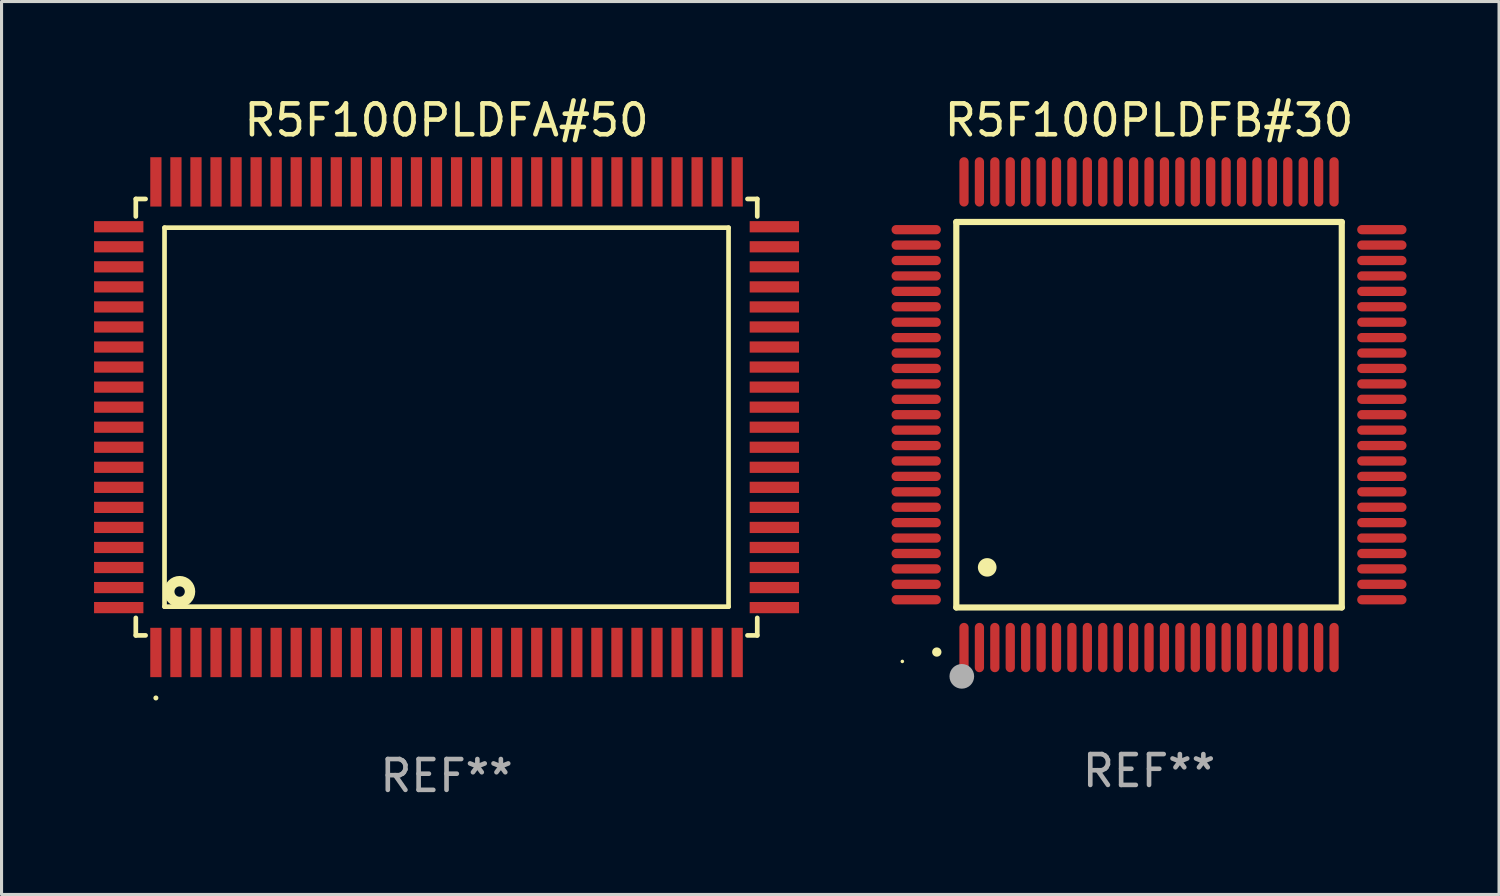
<source format=kicad_pcb>
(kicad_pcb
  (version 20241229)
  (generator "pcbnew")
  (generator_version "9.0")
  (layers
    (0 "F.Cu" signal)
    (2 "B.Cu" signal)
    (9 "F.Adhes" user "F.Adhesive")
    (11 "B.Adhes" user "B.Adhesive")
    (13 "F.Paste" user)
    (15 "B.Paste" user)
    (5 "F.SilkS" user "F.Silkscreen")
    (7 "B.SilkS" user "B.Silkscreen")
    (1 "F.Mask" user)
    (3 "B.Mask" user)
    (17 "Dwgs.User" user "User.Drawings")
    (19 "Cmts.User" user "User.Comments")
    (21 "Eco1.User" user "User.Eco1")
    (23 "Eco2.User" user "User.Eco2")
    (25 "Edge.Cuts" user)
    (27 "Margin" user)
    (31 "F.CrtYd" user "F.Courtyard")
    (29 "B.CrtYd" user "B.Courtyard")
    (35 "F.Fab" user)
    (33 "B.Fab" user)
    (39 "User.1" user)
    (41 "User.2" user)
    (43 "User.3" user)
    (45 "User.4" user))
  (footprint "R5F100PLDFA#50"
    (layer "F.Cu")
    (at 11.43 10.478)
    (property "Reference" "R5F100PLDFA#50" (at 0 -9.63 0) (layer "F.SilkS") (effects (font (size 1 1) (thickness 0.15))))
    (attr through_hole)
    (fp_line (start -10.076 -7.076) (end -10.076 -6.509) (stroke (width 0.152) (type solid)) (layer "F.SilkS"))
    (fp_line (start -10.076 7.076) (end -10.076 6.509) (stroke (width 0.152) (type solid)) (layer "F.SilkS"))
    (fp_line (start -9.759 -7.076) (end -10.076 -7.076) (stroke (width 0.152) (type solid)) (layer "F.SilkS"))
    (fp_line (start -9.759 7.076) (end -10.076 7.076) (stroke (width 0.152) (type solid)) (layer "F.SilkS"))
    (fp_line (start -9.145 -6.145) (end 9.145 -6.145) (stroke (width 0.152) (type solid)) (layer "F.SilkS"))
    (fp_line (start -9.145 6.145) (end -9.145 -6.145) (stroke (width 0.152) (type solid)) (layer "F.SilkS"))
    (fp_line (start 9.145 -6.145) (end 9.145 6.145) (stroke (width 0.152) (type solid)) (layer "F.SilkS"))
    (fp_line (start 9.145 6.145) (end -9.145 6.145) (stroke (width 0.152) (type solid)) (layer "F.SilkS"))
    (fp_line (start 9.759 -7.076) (end 10.076 -7.076) (stroke (width 0.152) (type solid)) (layer "F.SilkS"))
    (fp_line (start 9.759 7.076) (end 10.076 7.076) (stroke (width 0.152) (type solid)) (layer "F.SilkS"))
    (fp_line (start 10.076 -7.076) (end 10.076 -6.509) (stroke (width 0.152) (type solid)) (layer "F.SilkS"))
    (fp_line (start 10.076 7.076) (end 10.076 6.509) (stroke (width 0.152) (type solid)) (layer "F.SilkS"))
    (fp_circle (center -9.425 9.105) (end -9.384 9.105) (stroke (width 0.081) (type solid)) (fill no) (layer "F.SilkS"))
    (fp_circle (center -8.655 5.655) (end -8.487 5.655) (stroke (width 0.338) (type solid)) (fill no) (layer "F.SilkS"))
    (fp_text user "REF**" (at 0 11.63 0) (layer "F.Fab") (effects (font (size 1 1) (thickness 0.15))))
    (pad "1" smd rect (at -9.425 7.63) (size 0.364 1.6) (layers "F.Cu" "F.Mask" "F.Paste"))
    (pad "2" smd rect (at -8.775 7.63) (size 0.364 1.6) (layers "F.Cu" "F.Mask" "F.Paste"))
    (pad "3" smd rect (at -8.125 7.63) (size 0.364 1.6) (layers "F.Cu" "F.Mask" "F.Paste"))
    (pad "4" smd rect (at -7.475 7.63) (size 0.364 1.6) (layers "F.Cu" "F.Mask" "F.Paste"))
    (pad "5" smd rect (at -6.825 7.63) (size 0.364 1.6) (layers "F.Cu" "F.Mask" "F.Paste"))
    (pad "6" smd rect (at -6.175 7.63) (size 0.364 1.6) (layers "F.Cu" "F.Mask" "F.Paste"))
    (pad "7" smd rect (at -5.525 7.63) (size 0.364 1.6) (layers "F.Cu" "F.Mask" "F.Paste"))
    (pad "8" smd rect (at -4.875 7.63) (size 0.364 1.6) (layers "F.Cu" "F.Mask" "F.Paste"))
    (pad "9" smd rect (at -4.225 7.63) (size 0.364 1.6) (layers "F.Cu" "F.Mask" "F.Paste"))
    (pad "10" smd rect (at -3.575 7.63) (size 0.364 1.6) (layers "F.Cu" "F.Mask" "F.Paste"))
    (pad "11" smd rect (at -2.925 7.63) (size 0.364 1.6) (layers "F.Cu" "F.Mask" "F.Paste"))
    (pad "12" smd rect (at -2.275 7.63) (size 0.364 1.6) (layers "F.Cu" "F.Mask" "F.Paste"))
    (pad "13" smd rect (at -1.625 7.63) (size 0.364 1.6) (layers "F.Cu" "F.Mask" "F.Paste"))
    (pad "14" smd rect (at -0.975 7.63) (size 0.364 1.6) (layers "F.Cu" "F.Mask" "F.Paste"))
    (pad "15" smd rect (at -0.325 7.63) (size 0.364 1.6) (layers "F.Cu" "F.Mask" "F.Paste"))
    (pad "16" smd rect (at 0.325 7.63) (size 0.364 1.6) (layers "F.Cu" "F.Mask" "F.Paste"))
    (pad "17" smd rect (at 0.975 7.63) (size 0.364 1.6) (layers "F.Cu" "F.Mask" "F.Paste"))
    (pad "18" smd rect (at 1.625 7.63) (size 0.364 1.6) (layers "F.Cu" "F.Mask" "F.Paste"))
    (pad "19" smd rect (at 2.275 7.63) (size 0.364 1.6) (layers "F.Cu" "F.Mask" "F.Paste"))
    (pad "20" smd rect (at 2.925 7.63) (size 0.364 1.6) (layers "F.Cu" "F.Mask" "F.Paste"))
    (pad "21" smd rect (at 3.575 7.63) (size 0.364 1.6) (layers "F.Cu" "F.Mask" "F.Paste"))
    (pad "22" smd rect (at 4.225 7.63) (size 0.364 1.6) (layers "F.Cu" "F.Mask" "F.Paste"))
    (pad "23" smd rect (at 4.875 7.63) (size 0.364 1.6) (layers "F.Cu" "F.Mask" "F.Paste"))
    (pad "24" smd rect (at 5.525 7.63) (size 0.364 1.6) (layers "F.Cu" "F.Mask" "F.Paste"))
    (pad "25" smd rect (at 6.175 7.63) (size 0.364 1.6) (layers "F.Cu" "F.Mask" "F.Paste"))
    (pad "26" smd rect (at 6.825 7.63) (size 0.364 1.6) (layers "F.Cu" "F.Mask" "F.Paste"))
    (pad "27" smd rect (at 7.475 7.63) (size 0.364 1.6) (layers "F.Cu" "F.Mask" "F.Paste"))
    (pad "28" smd rect (at 8.125 7.63) (size 0.364 1.6) (layers "F.Cu" "F.Mask" "F.Paste"))
    (pad "29" smd rect (at 8.775 7.63) (size 0.364 1.6) (layers "F.Cu" "F.Mask" "F.Paste"))
    (pad "30" smd rect (at 9.425 7.63) (size 0.364 1.6) (layers "F.Cu" "F.Mask" "F.Paste"))
    (pad "31" smd rect (at 10.63 6.175) (size 1.6 0.364) (layers "F.Cu" "F.Mask" "F.Paste"))
    (pad "32" smd rect (at 10.63 5.525) (size 1.6 0.364) (layers "F.Cu" "F.Mask" "F.Paste"))
    (pad "33" smd rect (at 10.63 4.875) (size 1.6 0.364) (layers "F.Cu" "F.Mask" "F.Paste"))
    (pad "34" smd rect (at 10.63 4.225) (size 1.6 0.364) (layers "F.Cu" "F.Mask" "F.Paste"))
    (pad "35" smd rect (at 10.63 3.575) (size 1.6 0.364) (layers "F.Cu" "F.Mask" "F.Paste"))
    (pad "36" smd rect (at 10.63 2.925) (size 1.6 0.364) (layers "F.Cu" "F.Mask" "F.Paste"))
    (pad "37" smd rect (at 10.63 2.275) (size 1.6 0.364) (layers "F.Cu" "F.Mask" "F.Paste"))
    (pad "38" smd rect (at 10.63 1.625) (size 1.6 0.364) (layers "F.Cu" "F.Mask" "F.Paste"))
    (pad "39" smd rect (at 10.63 0.975) (size 1.6 0.364) (layers "F.Cu" "F.Mask" "F.Paste"))
    (pad "40" smd rect (at 10.63 0.325) (size 1.6 0.364) (layers "F.Cu" "F.Mask" "F.Paste"))
    (pad "41" smd rect (at 10.63 -0.325) (size 1.6 0.364) (layers "F.Cu" "F.Mask" "F.Paste"))
    (pad "42" smd rect (at 10.63 -0.975) (size 1.6 0.364) (layers "F.Cu" "F.Mask" "F.Paste"))
    (pad "43" smd rect (at 10.63 -1.625) (size 1.6 0.364) (layers "F.Cu" "F.Mask" "F.Paste"))
    (pad "44" smd rect (at 10.63 -2.275) (size 1.6 0.364) (layers "F.Cu" "F.Mask" "F.Paste"))
    (pad "45" smd rect (at 10.63 -2.925) (size 1.6 0.364) (layers "F.Cu" "F.Mask" "F.Paste"))
    (pad "46" smd rect (at 10.63 -3.575) (size 1.6 0.364) (layers "F.Cu" "F.Mask" "F.Paste"))
    (pad "47" smd rect (at 10.63 -4.225) (size 1.6 0.364) (layers "F.Cu" "F.Mask" "F.Paste"))
    (pad "48" smd rect (at 10.63 -4.875) (size 1.6 0.364) (layers "F.Cu" "F.Mask" "F.Paste"))
    (pad "49" smd rect (at 10.63 -5.525) (size 1.6 0.364) (layers "F.Cu" "F.Mask" "F.Paste"))
    (pad "50" smd rect (at 10.63 -6.175) (size 1.6 0.364) (layers "F.Cu" "F.Mask" "F.Paste"))
    (pad "51" smd rect (at 9.425 -7.63) (size 0.364 1.6) (layers "F.Cu" "F.Mask" "F.Paste"))
    (pad "52" smd rect (at 8.775 -7.63) (size 0.364 1.6) (layers "F.Cu" "F.Mask" "F.Paste"))
    (pad "53" smd rect (at 8.125 -7.63) (size 0.364 1.6) (layers "F.Cu" "F.Mask" "F.Paste"))
    (pad "54" smd rect (at 7.475 -7.63) (size 0.364 1.6) (layers "F.Cu" "F.Mask" "F.Paste"))
    (pad "55" smd rect (at 6.825 -7.63) (size 0.364 1.6) (layers "F.Cu" "F.Mask" "F.Paste"))
    (pad "56" smd rect (at 6.175 -7.63) (size 0.364 1.6) (layers "F.Cu" "F.Mask" "F.Paste"))
    (pad "57" smd rect (at 5.525 -7.63) (size 0.364 1.6) (layers "F.Cu" "F.Mask" "F.Paste"))
    (pad "58" smd rect (at 4.875 -7.63) (size 0.364 1.6) (layers "F.Cu" "F.Mask" "F.Paste"))
    (pad "59" smd rect (at 4.225 -7.63) (size 0.364 1.6) (layers "F.Cu" "F.Mask" "F.Paste"))
    (pad "60" smd rect (at 3.575 -7.63) (size 0.364 1.6) (layers "F.Cu" "F.Mask" "F.Paste"))
    (pad "61" smd rect (at 2.925 -7.63) (size 0.364 1.6) (layers "F.Cu" "F.Mask" "F.Paste"))
    (pad "62" smd rect (at 2.275 -7.63) (size 0.364 1.6) (layers "F.Cu" "F.Mask" "F.Paste"))
    (pad "63" smd rect (at 1.625 -7.63) (size 0.364 1.6) (layers "F.Cu" "F.Mask" "F.Paste"))
    (pad "64" smd rect (at 0.975 -7.63) (size 0.364 1.6) (layers "F.Cu" "F.Mask" "F.Paste"))
    (pad "65" smd rect (at 0.325 -7.63) (size 0.364 1.6) (layers "F.Cu" "F.Mask" "F.Paste"))
    (pad "66" smd rect (at -0.325 -7.63) (size 0.364 1.6) (layers "F.Cu" "F.Mask" "F.Paste"))
    (pad "67" smd rect (at -0.975 -7.63) (size 0.364 1.6) (layers "F.Cu" "F.Mask" "F.Paste"))
    (pad "68" smd rect (at -1.625 -7.63) (size 0.364 1.6) (layers "F.Cu" "F.Mask" "F.Paste"))
    (pad "69" smd rect (at -2.275 -7.63) (size 0.364 1.6) (layers "F.Cu" "F.Mask" "F.Paste"))
    (pad "70" smd rect (at -2.925 -7.63) (size 0.364 1.6) (layers "F.Cu" "F.Mask" "F.Paste"))
    (pad "71" smd rect (at -3.575 -7.63) (size 0.364 1.6) (layers "F.Cu" "F.Mask" "F.Paste"))
    (pad "72" smd rect (at -4.225 -7.63) (size 0.364 1.6) (layers "F.Cu" "F.Mask" "F.Paste"))
    (pad "73" smd rect (at -4.875 -7.63) (size 0.364 1.6) (layers "F.Cu" "F.Mask" "F.Paste"))
    (pad "74" smd rect (at -5.525 -7.63) (size 0.364 1.6) (layers "F.Cu" "F.Mask" "F.Paste"))
    (pad "75" smd rect (at -6.175 -7.63) (size 0.364 1.6) (layers "F.Cu" "F.Mask" "F.Paste"))
    (pad "76" smd rect (at -6.825 -7.63) (size 0.364 1.6) (layers "F.Cu" "F.Mask" "F.Paste"))
    (pad "77" smd rect (at -7.475 -7.63) (size 0.364 1.6) (layers "F.Cu" "F.Mask" "F.Paste"))
    (pad "78" smd rect (at -8.125 -7.63) (size 0.364 1.6) (layers "F.Cu" "F.Mask" "F.Paste"))
    (pad "79" smd rect (at -8.775 -7.63) (size 0.364 1.6) (layers "F.Cu" "F.Mask" "F.Paste"))
    (pad "80" smd rect (at -9.425 -7.63) (size 0.364 1.6) (layers "F.Cu" "F.Mask" "F.Paste"))
    (pad "81" smd rect (at -10.63 -6.175) (size 1.6 0.364) (layers "F.Cu" "F.Mask" "F.Paste"))
    (pad "82" smd rect (at -10.63 -5.525) (size 1.6 0.364) (layers "F.Cu" "F.Mask" "F.Paste"))
    (pad "83" smd rect (at -10.63 -4.875) (size 1.6 0.364) (layers "F.Cu" "F.Mask" "F.Paste"))
    (pad "84" smd rect (at -10.63 -4.225) (size 1.6 0.364) (layers "F.Cu" "F.Mask" "F.Paste"))
    (pad "85" smd rect (at -10.63 -3.575) (size 1.6 0.364) (layers "F.Cu" "F.Mask" "F.Paste"))
    (pad "86" smd rect (at -10.63 -2.925) (size 1.6 0.364) (layers "F.Cu" "F.Mask" "F.Paste"))
    (pad "87" smd rect (at -10.63 -2.275) (size 1.6 0.364) (layers "F.Cu" "F.Mask" "F.Paste"))
    (pad "88" smd rect (at -10.63 -1.625) (size 1.6 0.364) (layers "F.Cu" "F.Mask" "F.Paste"))
    (pad "89" smd rect (at -10.63 -0.975) (size 1.6 0.364) (layers "F.Cu" "F.Mask" "F.Paste"))
    (pad "90" smd rect (at -10.63 -0.325) (size 1.6 0.364) (layers "F.Cu" "F.Mask" "F.Paste"))
    (pad "91" smd rect (at -10.63 0.325) (size 1.6 0.364) (layers "F.Cu" "F.Mask" "F.Paste"))
    (pad "92" smd rect (at -10.63 0.975) (size 1.6 0.364) (layers "F.Cu" "F.Mask" "F.Paste"))
    (pad "93" smd rect (at -10.63 1.625) (size 1.6 0.364) (layers "F.Cu" "F.Mask" "F.Paste"))
    (pad "94" smd rect (at -10.63 2.275) (size 1.6 0.364) (layers "F.Cu" "F.Mask" "F.Paste"))
    (pad "95" smd rect (at -10.63 2.925) (size 1.6 0.364) (layers "F.Cu" "F.Mask" "F.Paste"))
    (pad "96" smd rect (at -10.63 3.575) (size 1.6 0.364) (layers "F.Cu" "F.Mask" "F.Paste"))
    (pad "97" smd rect (at -10.63 4.225) (size 1.6 0.364) (layers "F.Cu" "F.Mask" "F.Paste"))
    (pad "98" smd rect (at -10.63 4.875) (size 1.6 0.364) (layers "F.Cu" "F.Mask" "F.Paste"))
    (pad "99" smd rect (at -10.63 5.525) (size 1.6 0.364) (layers "F.Cu" "F.Mask" "F.Paste"))
    (pad "100" smd rect (at -10.63 6.175) (size 1.6 0.364) (layers "F.Cu" "F.Mask" "F.Paste")))
  (footprint "R5F100PLDFB#30"
    (layer "F.Cu")
    (at 34.21 10.398)
    (property "Reference" "R5F100PLDFB#30" (at 0 -9.55 0) (layer "F.SilkS") (effects (font (size 1 1) (thickness 0.15))))
    (attr through_hole)
    (fp_line (start -6.25 -6.25) (end -6.25 6.25) (stroke (width 0.2) (type solid)) (layer "F.SilkS"))
    (fp_line (start -6.25 6.25) (end 6.25 6.25) (stroke (width 0.2) (type solid)) (layer "F.SilkS"))
    (fp_line (start 6.25 -6.25) (end -6.25 -6.25) (stroke (width 0.2) (type solid)) (layer "F.SilkS"))
    (fp_line (start 6.25 6.25) (end 6.25 -6.25) (stroke (width 0.2) (type solid)) (layer "F.SilkS"))
    (fp_arc (start -6.883414 7.696215) (mid -6.882144 7.69621) (end -6.880874 7.696215) (stroke (width 0.3) (type solid)) (layer "F.SilkS"))
    (fp_arc (start -5.250191 4.95047) (mid -5.247651 4.950459) (end -5.245111 4.95047) (stroke (width 0.6) (type solid)) (layer "F.SilkS"))
    (fp_circle (center -8 8) (end -7.97 8) (stroke (width 0.06) (type solid)) (fill no) (layer "F.SilkS"))
    (fp_circle (center -6.071 8.484) (end -5.871 8.484) (stroke (width 0.4) (type solid)) (fill no) (layer "F.Fab"))
    (fp_text user "REF**" (at 0 11.55 0) (layer "F.Fab") (effects (font (size 1 1) (thickness 0.15))))
    (pad "1" smd oval (at -6 7.55) (size 0.3 1.6) (layers "F.Cu" "F.Mask" "F.Paste"))
    (pad "2" smd oval (at -5.5 7.55) (size 0.3 1.6) (layers "F.Cu" "F.Mask" "F.Paste"))
    (pad "3" smd oval (at -5 7.55) (size 0.3 1.6) (layers "F.Cu" "F.Mask" "F.Paste"))
    (pad "4" smd oval (at -4.5 7.55) (size 0.3 1.6) (layers "F.Cu" "F.Mask" "F.Paste"))
    (pad "5" smd oval (at -4 7.55) (size 0.3 1.6) (layers "F.Cu" "F.Mask" "F.Paste"))
    (pad "6" smd oval (at -3.5 7.55) (size 0.3 1.6) (layers "F.Cu" "F.Mask" "F.Paste"))
    (pad "7" smd oval (at -3 7.55) (size 0.3 1.6) (layers "F.Cu" "F.Mask" "F.Paste"))
    (pad "8" smd oval (at -2.5 7.55) (size 0.3 1.6) (layers "F.Cu" "F.Mask" "F.Paste"))
    (pad "9" smd oval (at -2 7.55) (size 0.3 1.6) (layers "F.Cu" "F.Mask" "F.Paste"))
    (pad "10" smd oval (at -1.5 7.55) (size 0.3 1.6) (layers "F.Cu" "F.Mask" "F.Paste"))
    (pad "11" smd oval (at -1 7.55) (size 0.3 1.6) (layers "F.Cu" "F.Mask" "F.Paste"))
    (pad "12" smd oval (at -0.5 7.55) (size 0.3 1.6) (layers "F.Cu" "F.Mask" "F.Paste"))
    (pad "13" smd oval (at 0 7.55) (size 0.3 1.6) (layers "F.Cu" "F.Mask" "F.Paste"))
    (pad "14" smd oval (at 0.5 7.55) (size 0.3 1.6) (layers "F.Cu" "F.Mask" "F.Paste"))
    (pad "15" smd oval (at 1 7.55) (size 0.3 1.6) (layers "F.Cu" "F.Mask" "F.Paste"))
    (pad "16" smd oval (at 1.5 7.55) (size 0.3 1.6) (layers "F.Cu" "F.Mask" "F.Paste"))
    (pad "17" smd oval (at 2 7.55) (size 0.3 1.6) (layers "F.Cu" "F.Mask" "F.Paste"))
    (pad "18" smd oval (at 2.5 7.55) (size 0.3 1.6) (layers "F.Cu" "F.Mask" "F.Paste"))
    (pad "19" smd oval (at 3 7.55) (size 0.3 1.6) (layers "F.Cu" "F.Mask" "F.Paste"))
    (pad "20" smd oval (at 3.5 7.55) (size 0.3 1.6) (layers "F.Cu" "F.Mask" "F.Paste"))
    (pad "21" smd oval (at 4 7.55) (size 0.3 1.6) (layers "F.Cu" "F.Mask" "F.Paste"))
    (pad "22" smd oval (at 4.5 7.55) (size 0.3 1.6) (layers "F.Cu" "F.Mask" "F.Paste"))
    (pad "23" smd oval (at 5 7.55) (size 0.3 1.6) (layers "F.Cu" "F.Mask" "F.Paste"))
    (pad "24" smd oval (at 5.5 7.55) (size 0.3 1.6) (layers "F.Cu" "F.Mask" "F.Paste"))
    (pad "25" smd oval (at 6 7.55) (size 0.3 1.6) (layers "F.Cu" "F.Mask" "F.Paste"))
    (pad "26" smd oval (at 7.55 6) (size 1.6 0.3) (layers "F.Cu" "F.Mask" "F.Paste"))
    (pad "27" smd oval (at 7.55 5.5) (size 1.6 0.3) (layers "F.Cu" "F.Mask" "F.Paste"))
    (pad "28" smd oval (at 7.55 5) (size 1.6 0.3) (layers "F.Cu" "F.Mask" "F.Paste"))
    (pad "29" smd oval (at 7.55 4.5) (size 1.6 0.3) (layers "F.Cu" "F.Mask" "F.Paste"))
    (pad "30" smd oval (at 7.55 4) (size 1.6 0.3) (layers "F.Cu" "F.Mask" "F.Paste"))
    (pad "31" smd oval (at 7.55 3.5) (size 1.6 0.3) (layers "F.Cu" "F.Mask" "F.Paste"))
    (pad "32" smd oval (at 7.55 3) (size 1.6 0.3) (layers "F.Cu" "F.Mask" "F.Paste"))
    (pad "33" smd oval (at 7.55 2.5) (size 1.6 0.3) (layers "F.Cu" "F.Mask" "F.Paste"))
    (pad "34" smd oval (at 7.55 2) (size 1.6 0.3) (layers "F.Cu" "F.Mask" "F.Paste"))
    (pad "35" smd oval (at 7.55 1.5) (size 1.6 0.3) (layers "F.Cu" "F.Mask" "F.Paste"))
    (pad "36" smd oval (at 7.55 1) (size 1.6 0.3) (layers "F.Cu" "F.Mask" "F.Paste"))
    (pad "37" smd oval (at 7.55 0.5) (size 1.6 0.3) (layers "F.Cu" "F.Mask" "F.Paste"))
    (pad "38" smd oval (at 7.55 0) (size 1.6 0.3) (layers "F.Cu" "F.Mask" "F.Paste"))
    (pad "39" smd oval (at 7.55 -0.5) (size 1.6 0.3) (layers "F.Cu" "F.Mask" "F.Paste"))
    (pad "40" smd oval (at 7.55 -1) (size 1.6 0.3) (layers "F.Cu" "F.Mask" "F.Paste"))
    (pad "41" smd oval (at 7.55 -1.5) (size 1.6 0.3) (layers "F.Cu" "F.Mask" "F.Paste"))
    (pad "42" smd oval (at 7.55 -2) (size 1.6 0.3) (layers "F.Cu" "F.Mask" "F.Paste"))
    (pad "43" smd oval (at 7.55 -2.5) (size 1.6 0.3) (layers "F.Cu" "F.Mask" "F.Paste"))
    (pad "44" smd oval (at 7.55 -3) (size 1.6 0.3) (layers "F.Cu" "F.Mask" "F.Paste"))
    (pad "45" smd oval (at 7.55 -3.5) (size 1.6 0.3) (layers "F.Cu" "F.Mask" "F.Paste"))
    (pad "46" smd oval (at 7.55 -4) (size 1.6 0.3) (layers "F.Cu" "F.Mask" "F.Paste"))
    (pad "47" smd oval (at 7.55 -4.5) (size 1.6 0.3) (layers "F.Cu" "F.Mask" "F.Paste"))
    (pad "48" smd oval (at 7.55 -5) (size 1.6 0.3) (layers "F.Cu" "F.Mask" "F.Paste"))
    (pad "49" smd oval (at 7.55 -5.5) (size 1.6 0.3) (layers "F.Cu" "F.Mask" "F.Paste"))
    (pad "50" smd oval (at 7.55 -6) (size 1.6 0.3) (layers "F.Cu" "F.Mask" "F.Paste"))
    (pad "51" smd oval (at 6 -7.55) (size 0.3 1.6) (layers "F.Cu" "F.Mask" "F.Paste"))
    (pad "52" smd oval (at 5.5 -7.55) (size 0.3 1.6) (layers "F.Cu" "F.Mask" "F.Paste"))
    (pad "53" smd oval (at 5 -7.55) (size 0.3 1.6) (layers "F.Cu" "F.Mask" "F.Paste"))
    (pad "54" smd oval (at 4.5 -7.55) (size 0.3 1.6) (layers "F.Cu" "F.Mask" "F.Paste"))
    (pad "55" smd oval (at 4 -7.55) (size 0.3 1.6) (layers "F.Cu" "F.Mask" "F.Paste"))
    (pad "56" smd oval (at 3.5 -7.55) (size 0.3 1.6) (layers "F.Cu" "F.Mask" "F.Paste"))
    (pad "57" smd oval (at 3 -7.55) (size 0.3 1.6) (layers "F.Cu" "F.Mask" "F.Paste"))
    (pad "58" smd oval (at 2.5 -7.55) (size 0.3 1.6) (layers "F.Cu" "F.Mask" "F.Paste"))
    (pad "59" smd oval (at 2 -7.55) (size 0.3 1.6) (layers "F.Cu" "F.Mask" "F.Paste"))
    (pad "60" smd oval (at 1.5 -7.55) (size 0.3 1.6) (layers "F.Cu" "F.Mask" "F.Paste"))
    (pad "61" smd oval (at 1 -7.55) (size 0.3 1.6) (layers "F.Cu" "F.Mask" "F.Paste"))
    (pad "62" smd oval (at 0.5 -7.55) (size 0.3 1.6) (layers "F.Cu" "F.Mask" "F.Paste"))
    (pad "63" smd oval (at 0 -7.55) (size 0.3 1.6) (layers "F.Cu" "F.Mask" "F.Paste"))
    (pad "64" smd oval (at -0.5 -7.55) (size 0.3 1.6) (layers "F.Cu" "F.Mask" "F.Paste"))
    (pad "65" smd oval (at -1 -7.55) (size 0.3 1.6) (layers "F.Cu" "F.Mask" "F.Paste"))
    (pad "66" smd oval (at -1.5 -7.55) (size 0.3 1.6) (layers "F.Cu" "F.Mask" "F.Paste"))
    (pad "67" smd oval (at -2 -7.55) (size 0.3 1.6) (layers "F.Cu" "F.Mask" "F.Paste"))
    (pad "68" smd oval (at -2.5 -7.55) (size 0.3 1.6) (layers "F.Cu" "F.Mask" "F.Paste"))
    (pad "69" smd oval (at -3 -7.55) (size 0.3 1.6) (layers "F.Cu" "F.Mask" "F.Paste"))
    (pad "70" smd oval (at -3.5 -7.55) (size 0.3 1.6) (layers "F.Cu" "F.Mask" "F.Paste"))
    (pad "71" smd oval (at -4 -7.55) (size 0.3 1.6) (layers "F.Cu" "F.Mask" "F.Paste"))
    (pad "72" smd oval (at -4.5 -7.55) (size 0.3 1.6) (layers "F.Cu" "F.Mask" "F.Paste"))
    (pad "73" smd oval (at -5 -7.55) (size 0.3 1.6) (layers "F.Cu" "F.Mask" "F.Paste"))
    (pad "74" smd oval (at -5.5 -7.55) (size 0.3 1.6) (layers "F.Cu" "F.Mask" "F.Paste"))
    (pad "75" smd oval (at -6 -7.55) (size 0.3 1.6) (layers "F.Cu" "F.Mask" "F.Paste"))
    (pad "76" smd oval (at -7.55 -6) (size 1.6 0.3) (layers "F.Cu" "F.Mask" "F.Paste"))
    (pad "77" smd oval (at -7.55 -5.5) (size 1.6 0.3) (layers "F.Cu" "F.Mask" "F.Paste"))
    (pad "78" smd oval (at -7.55 -5) (size 1.6 0.3) (layers "F.Cu" "F.Mask" "F.Paste"))
    (pad "79" smd oval (at -7.55 -4.5) (size 1.6 0.3) (layers "F.Cu" "F.Mask" "F.Paste"))
    (pad "80" smd oval (at -7.55 -4) (size 1.6 0.3) (layers "F.Cu" "F.Mask" "F.Paste"))
    (pad "81" smd oval (at -7.55 -3.5) (size 1.6 0.3) (layers "F.Cu" "F.Mask" "F.Paste"))
    (pad "82" smd oval (at -7.55 -3) (size 1.6 0.3) (layers "F.Cu" "F.Mask" "F.Paste"))
    (pad "83" smd oval (at -7.55 -2.5) (size 1.6 0.3) (layers "F.Cu" "F.Mask" "F.Paste"))
    (pad "84" smd oval (at -7.55 -2) (size 1.6 0.3) (layers "F.Cu" "F.Mask" "F.Paste"))
    (pad "85" smd oval (at -7.55 -1.5) (size 1.6 0.3) (layers "F.Cu" "F.Mask" "F.Paste"))
    (pad "86" smd oval (at -7.55 -1) (size 1.6 0.3) (layers "F.Cu" "F.Mask" "F.Paste"))
    (pad "87" smd oval (at -7.55 -0.5) (size 1.6 0.3) (layers "F.Cu" "F.Mask" "F.Paste"))
    (pad "88" smd oval (at -7.55 0) (size 1.6 0.3) (layers "F.Cu" "F.Mask" "F.Paste"))
    (pad "89" smd oval (at -7.55 0.5) (size 1.6 0.3) (layers "F.Cu" "F.Mask" "F.Paste"))
    (pad "90" smd oval (at -7.55 1) (size 1.6 0.3) (layers "F.Cu" "F.Mask" "F.Paste"))
    (pad "91" smd oval (at -7.55 1.5) (size 1.6 0.3) (layers "F.Cu" "F.Mask" "F.Paste"))
    (pad "92" smd oval (at -7.55 2) (size 1.6 0.3) (layers "F.Cu" "F.Mask" "F.Paste"))
    (pad "93" smd oval (at -7.55 2.5) (size 1.6 0.3) (layers "F.Cu" "F.Mask" "F.Paste"))
    (pad "94" smd oval (at -7.55 3) (size 1.6 0.3) (layers "F.Cu" "F.Mask" "F.Paste"))
    (pad "95" smd oval (at -7.55 3.5) (size 1.6 0.3) (layers "F.Cu" "F.Mask" "F.Paste"))
    (pad "96" smd oval (at -7.55 4) (size 1.6 0.3) (layers "F.Cu" "F.Mask" "F.Paste"))
    (pad "97" smd oval (at -7.55 4.5) (size 1.6 0.3) (layers "F.Cu" "F.Mask" "F.Paste"))
    (pad "98" smd oval (at -7.55 5) (size 1.6 0.3) (layers "F.Cu" "F.Mask" "F.Paste"))
    (pad "99" smd oval (at -7.55 5.5) (size 1.6 0.3) (layers "F.Cu" "F.Mask" "F.Paste"))
    (pad "100" smd oval (at -7.55 6) (size 1.6 0.3) (layers "F.Cu" "F.Mask" "F.Paste")))
  (gr_rect
    (start -3 -3)
    (end 45.56 25.956)
    (stroke (width 0.1) (type default))
    (fill no)
    (layer "Edge.Cuts")))
</source>
